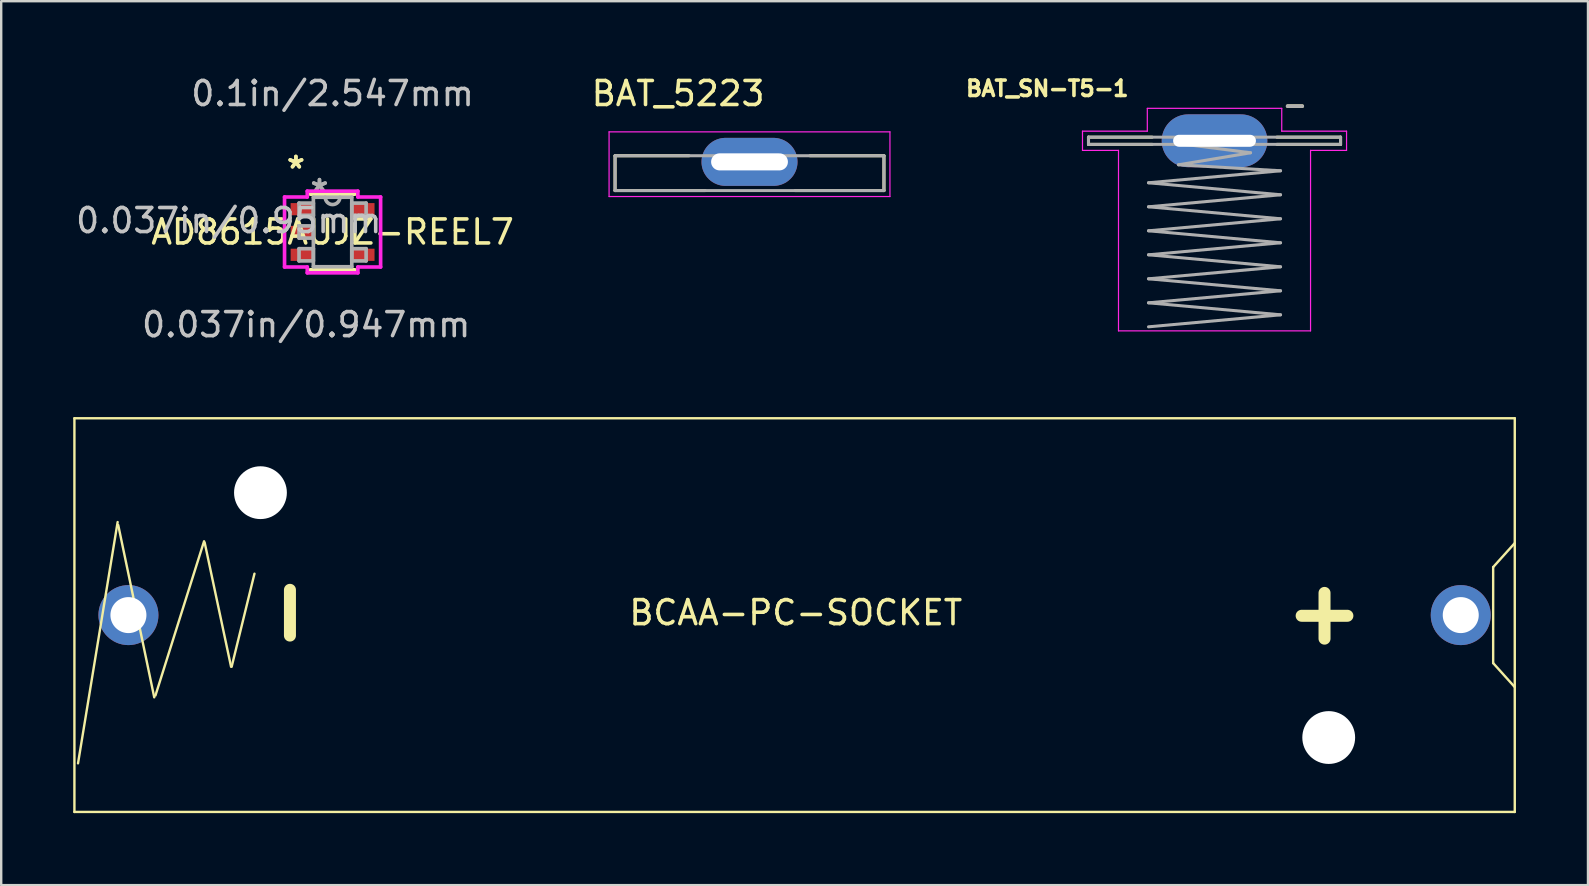
<source format=kicad_pcb>
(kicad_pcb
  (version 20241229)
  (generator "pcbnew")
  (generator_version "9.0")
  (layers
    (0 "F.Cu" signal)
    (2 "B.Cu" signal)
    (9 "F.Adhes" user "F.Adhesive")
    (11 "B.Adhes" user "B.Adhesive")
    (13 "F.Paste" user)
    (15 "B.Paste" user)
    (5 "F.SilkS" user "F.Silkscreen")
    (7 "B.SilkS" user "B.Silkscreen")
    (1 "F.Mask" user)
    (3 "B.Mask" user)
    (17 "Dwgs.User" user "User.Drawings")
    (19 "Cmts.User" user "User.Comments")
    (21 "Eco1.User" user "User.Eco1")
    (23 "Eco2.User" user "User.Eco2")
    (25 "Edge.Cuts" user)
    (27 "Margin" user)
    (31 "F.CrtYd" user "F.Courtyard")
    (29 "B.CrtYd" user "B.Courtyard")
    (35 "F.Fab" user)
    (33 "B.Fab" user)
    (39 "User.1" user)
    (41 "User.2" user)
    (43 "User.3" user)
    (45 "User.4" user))
  (footprint "BAT_5223"
    (layer "F.Cu")
    (at 28.172 3.438)
    (property "Reference" "BAT_5223" (at -2.975 -2.59 0) (layer "F.SilkS") (effects (font (size 1 1) (thickness 0.15))))
    (attr through_hole)
    (fp_line (start -5.6 0) (end -2.52 0) (stroke (width 0.127) (type solid)) (layer "F.SilkS"))
    (fp_line (start -5.6 1.45) (end -5.6 0) (stroke (width 0.127) (type solid)) (layer "F.SilkS"))
    (fp_line (start -1.85 1.45) (end -5.6 1.45) (stroke (width 0.127) (type solid)) (layer "F.SilkS"))
    (fp_line (start 2.52 0) (end 5.6 0) (stroke (width 0.127) (type solid)) (layer "F.SilkS"))
    (fp_line (start 5.6 0) (end 5.6 1.45) (stroke (width 0.127) (type solid)) (layer "F.SilkS"))
    (fp_line (start 5.6 1.45) (end 1.9 1.45) (stroke (width 0.127) (type solid)) (layer "F.SilkS"))
    (fp_line (start -5.85 -0.995) (end -5.85 1.7) (stroke (width 0.05) (type solid)) (layer "F.CrtYd"))
    (fp_line (start -5.85 1.7) (end 5.85 1.7) (stroke (width 0.05) (type solid)) (layer "F.CrtYd"))
    (fp_line (start 5.85 -0.995) (end -5.85 -0.995) (stroke (width 0.05) (type solid)) (layer "F.CrtYd"))
    (fp_line (start 5.85 1.7) (end 5.85 -0.995) (stroke (width 0.05) (type solid)) (layer "F.CrtYd"))
    (fp_line (start -5.6 0) (end 5.6 0) (stroke (width 0.127) (type solid)) (layer "F.Fab"))
    (fp_line (start -5.6 1.45) (end -5.6 0) (stroke (width 0.127) (type solid)) (layer "F.Fab"))
    (fp_line (start 5.6 0) (end 5.6 1.45) (stroke (width 0.127) (type solid)) (layer "F.Fab"))
    (fp_line (start 5.6 1.45) (end -5.6 1.45) (stroke (width 0.127) (type solid)) (layer "F.Fab"))
    (pad "P" thru_hole oval (at 0 0.255) (size 4 2) (drill oval 3.2 0.71) (layers "*.Cu" "*.Mask")))
  (footprint "BCAA-PC-SOCKET"
    (layer "F.Cu")
    (at 30.05 22.573)
    (property "Reference" "BCAA-PC-SOCKET" (at 0.05 -0.1 0) (layer "F.SilkS") (effects (font (size 1 1) (thickness 0.15))))
    (attr through_hole)
    (fp_line (start -30 -8.2) (end -30 8.2) (stroke (width 0.1) (type solid)) (layer "F.SilkS"))
    (fp_line (start -30 -8.2) (end 30 -8.2) (stroke (width 0.1) (type solid)) (layer "F.SilkS"))
    (fp_line (start -30 8.2) (end 30 8.2) (stroke (width 0.1) (type solid)) (layer "F.SilkS"))
    (fp_line (start -29.85 6.175) (end -28.2 -3.875) (stroke (width 0.1) (type solid)) (layer "F.SilkS"))
    (fp_line (start -28.175 -3.75) (end -26.675 3.425) (stroke (width 0.1) (type solid)) (layer "F.SilkS"))
    (fp_line (start -26.625 3.35) (end -24.6 -3.075) (stroke (width 0.1) (type solid)) (layer "F.SilkS"))
    (fp_line (start -24.575 -3.025) (end -23.475 2.15) (stroke (width 0.1) (type solid)) (layer "F.SilkS"))
    (fp_line (start -23.45 2.15) (end -22.5 -1.725) (stroke (width 0.1) (type solid)) (layer "F.SilkS"))
    (fp_line (start 29.1 -2) (end 29.1 2) (stroke (width 0.1) (type solid)) (layer "F.SilkS"))
    (fp_line (start 29.1 2) (end 30 3) (stroke (width 0.1) (type solid)) (layer "F.SilkS"))
    (fp_line (start 30 -8.2) (end 30 8.2) (stroke (width 0.1) (type solid)) (layer "F.SilkS"))
    (fp_line (start 30 -3) (end 29.1 -2) (stroke (width 0.1) (type solid)) (layer "F.SilkS"))
    (fp_text user "-" (at -21.2 -0.1 90) (layer "F.SilkS") (effects (font (size 2.5 2.5) (thickness 0.5))))
    (fp_text user "+" (at 22.075 -0.15 0) (layer "F.SilkS") (effects (font (size 2.5 2.5) (thickness 0.5))))
    (pad "" np_thru_hole circle (at -22.25 -5.1) (size 2.2 2.2) (drill 2.2) (layers "*.Cu" "*.Mask"))
    (pad "" np_thru_hole circle (at 22.25 5.1) (size 2.2 2.2) (drill 2.2) (layers "*.Cu" "*.Mask"))
    (pad "1" thru_hole circle (at -27.75 0) (size 2.5 2.5) (drill 1.5) (layers "*.Cu" "*.Mask"))
    (pad "2" thru_hole circle (at 27.75 0) (size 2.5 2.5) (drill 1.5) (layers "*.Cu" "*.Mask")))
  (footprint "BAT_SN-T5-1"
    (layer "F.Cu")
    (at 47.543 2.814)
    (property "Reference" "BAT_SN-T5-1" (at -6.968 -2.176 0) (layer "F.SilkS") (effects (font (size 0.64 0.64) (thickness 0.15))))
    (attr through_hole)
    (fp_line (start -5.25 -0.15) (end -2.6 -0.15) (stroke (width 0.127) (type solid)) (layer "F.SilkS"))
    (fp_line (start -5.25 0.15) (end -5.25 -0.15) (stroke (width 0.127) (type solid)) (layer "F.SilkS"))
    (fp_line (start -2.6 0.15) (end -5.25 0.15) (stroke (width 0.127) (type solid)) (layer "F.SilkS"))
    (fp_line (start 2.6 0.15) (end 5.25 0.15) (stroke (width 0.127) (type solid)) (layer "F.SilkS"))
    (fp_line (start 5.25 -0.15) (end 2.6 -0.15) (stroke (width 0.127) (type solid)) (layer "F.SilkS"))
    (fp_line (start 5.25 0.15) (end 5.25 -0.15) (stroke (width 0.127) (type solid)) (layer "F.SilkS"))
    (fp_line (start -5.5 -0.4) (end -2.8 -0.4) (stroke (width 0.05) (type solid)) (layer "F.CrtYd"))
    (fp_line (start -5.5 0.4) (end -5.5 -0.4) (stroke (width 0.05) (type solid)) (layer "F.CrtYd"))
    (fp_line (start -4 0.4) (end -5.5 0.4) (stroke (width 0.05) (type solid)) (layer "F.CrtYd"))
    (fp_line (start -4 7.92) (end -4 0.4) (stroke (width 0.05) (type solid)) (layer "F.CrtYd"))
    (fp_line (start -2.8 -1.35) (end 2.8 -1.35) (stroke (width 0.05) (type solid)) (layer "F.CrtYd"))
    (fp_line (start -2.8 -0.4) (end -2.8 -1.35) (stroke (width 0.05) (type solid)) (layer "F.CrtYd"))
    (fp_line (start 2.8 -1.35) (end 2.8 -0.4) (stroke (width 0.05) (type solid)) (layer "F.CrtYd"))
    (fp_line (start 2.8 -0.4) (end 5.5 -0.4) (stroke (width 0.05) (type solid)) (layer "F.CrtYd"))
    (fp_line (start 4 0.4) (end 4 7.92) (stroke (width 0.05) (type solid)) (layer "F.CrtYd"))
    (fp_line (start 4 7.92) (end -4 7.92) (stroke (width 0.05) (type solid)) (layer "F.CrtYd"))
    (fp_line (start 5.5 -0.4) (end 5.5 0.4) (stroke (width 0.05) (type solid)) (layer "F.CrtYd"))
    (fp_line (start 5.5 0.4) (end 4 0.4) (stroke (width 0.05) (type solid)) (layer "F.CrtYd"))
    (fp_line (start -5.25 -0.15) (end -5.25 0.15) (stroke (width 0.127) (type solid)) (layer "F.Fab"))
    (fp_line (start -5.25 0.15) (end -1.25 0.15) (stroke (width 0.127) (type solid)) (layer "F.Fab"))
    (fp_line (start -2.75 1.75) (end 2.75 2.25) (stroke (width 0.127) (type solid)) (layer "F.Fab"))
    (fp_line (start -2.75 2.75) (end 2.75 3.25) (stroke (width 0.127) (type solid)) (layer "F.Fab"))
    (fp_line (start -2.75 3.75) (end 2.75 4.25) (stroke (width 0.127) (type solid)) (layer "F.Fab"))
    (fp_line (start -2.75 4.75) (end 2.75 5.25) (stroke (width 0.127) (type solid)) (layer "F.Fab"))
    (fp_line (start -2.75 5.75) (end 2.75 6.25) (stroke (width 0.127) (type solid)) (layer "F.Fab"))
    (fp_line (start -2.75 6.75) (end 2.75 7.25) (stroke (width 0.127) (type solid)) (layer "F.Fab"))
    (fp_line (start -1.5 1) (end 2.75 1.25) (stroke (width 0.127) (type solid)) (layer "F.Fab"))
    (fp_line (start -1.25 0.15) (end 5.25 0.15) (stroke (width 0.127) (type solid)) (layer "F.Fab"))
    (fp_line (start 1.5 0.5) (end -1.5 1) (stroke (width 0.127) (type solid)) (layer "F.Fab"))
    (fp_line (start 1.5 0.5) (end -1.25 0.15) (stroke (width 0.127) (type solid)) (layer "F.Fab"))
    (fp_line (start 2.75 1.25) (end -2.75 1.75) (stroke (width 0.127) (type solid)) (layer "F.Fab"))
    (fp_line (start 2.75 2.25) (end -2.75 2.75) (stroke (width 0.127) (type solid)) (layer "F.Fab"))
    (fp_line (start 2.75 3.25) (end -2.75 3.75) (stroke (width 0.127) (type solid)) (layer "F.Fab"))
    (fp_line (start 2.75 4.25) (end -2.75 4.75) (stroke (width 0.127) (type solid)) (layer "F.Fab"))
    (fp_line (start 2.75 5.25) (end -2.75 5.75) (stroke (width 0.127) (type solid)) (layer "F.Fab"))
    (fp_line (start 2.75 6.25) (end -2.75 6.75) (stroke (width 0.127) (type solid)) (layer "F.Fab"))
    (fp_line (start 2.75 7.25) (end -2.75 7.75) (stroke (width 0.127) (type solid)) (layer "F.Fab"))
    (fp_line (start 5.25 -0.15) (end -5.25 -0.15) (stroke (width 0.127) (type solid)) (layer "F.Fab"))
    (fp_line (start 5.25 0.15) (end 5.25 -0.15) (stroke (width 0.127) (type solid)) (layer "F.Fab"))
    (fp_text user "-" (at 3.35 -1.5 0) (layer "F.SilkS") (effects (font (size 0.8 0.8) (thickness 0.15))))
    (fp_text user "-" (at 3.35 -1.5 0) (layer "F.Fab") (effects (font (size 0.8 0.8) (thickness 0.15))))
    (pad "-" thru_hole oval (at 0 0) (size 4.4 2.2) (drill oval 3.45 0.5) (layers "*.Cu" "*.Mask")))
  (footprint "AD8615AUJZ-REEL7"
    (layer "F.Cu")
    (at 10.804 6.614)
    (property "Reference" "AD8615AUJZ-REEL7" (at 0 0 0) (layer "F.SilkS") (effects (font (size 1 1) (thickness 0.15))))
    (attr through_hole)
    (fp_line (start -0.927 1.575) (end 0.927 1.575) (stroke (width 0.152) (type solid)) (layer "F.SilkS"))
    (fp_line (start 0.927 -1.575) (end -0.927 -1.575) (stroke (width 0.152) (type solid)) (layer "F.SilkS"))
    (fp_line (start 0.927 0.363) (end 0.927 -0.363) (stroke (width 0.152) (type solid)) (layer "F.SilkS"))
    (fp_line (start -2.001 -1.458) (end -1.054 -1.458) (stroke (width 0.152) (type solid)) (layer "F.CrtYd"))
    (fp_line (start -2.001 1.458) (end -2.001 -1.458) (stroke (width 0.152) (type solid)) (layer "F.CrtYd"))
    (fp_line (start -1.054 -1.702) (end 1.054 -1.702) (stroke (width 0.152) (type solid)) (layer "F.CrtYd"))
    (fp_line (start -1.054 -1.458) (end -1.054 -1.702) (stroke (width 0.152) (type solid)) (layer "F.CrtYd"))
    (fp_line (start -1.054 1.458) (end -2.001 1.458) (stroke (width 0.152) (type solid)) (layer "F.CrtYd"))
    (fp_line (start -1.054 1.702) (end -1.054 1.458) (stroke (width 0.152) (type solid)) (layer "F.CrtYd"))
    (fp_line (start 1.054 -1.702) (end 1.054 -1.458) (stroke (width 0.152) (type solid)) (layer "F.CrtYd"))
    (fp_line (start 1.054 -1.458) (end 2.001 -1.458) (stroke (width 0.152) (type solid)) (layer "F.CrtYd"))
    (fp_line (start 1.054 1.458) (end 1.054 1.702) (stroke (width 0.152) (type solid)) (layer "F.CrtYd"))
    (fp_line (start 1.054 1.702) (end -1.054 1.702) (stroke (width 0.152) (type solid)) (layer "F.CrtYd"))
    (fp_line (start 2.001 -1.458) (end 2.001 1.458) (stroke (width 0.152) (type solid)) (layer "F.CrtYd"))
    (fp_line (start 2.001 1.458) (end 1.054 1.458) (stroke (width 0.152) (type solid)) (layer "F.CrtYd"))
    (fp_line (start -1.397 -1.204) (end -1.397 -0.696) (stroke (width 0.152) (type solid)) (layer "F.Fab"))
    (fp_line (start -1.397 -0.696) (end -0.8 -0.696) (stroke (width 0.152) (type solid)) (layer "F.Fab"))
    (fp_line (start -1.397 -0.254) (end -1.397 0.254) (stroke (width 0.152) (type solid)) (layer "F.Fab"))
    (fp_line (start -1.397 0.254) (end -0.8 0.254) (stroke (width 0.152) (type solid)) (layer "F.Fab"))
    (fp_line (start -1.397 0.696) (end -1.397 1.204) (stroke (width 0.152) (type solid)) (layer "F.Fab"))
    (fp_line (start -1.397 1.204) (end -0.8 1.204) (stroke (width 0.152) (type solid)) (layer "F.Fab"))
    (fp_line (start -0.8 -1.448) (end -0.8 1.448) (stroke (width 0.152) (type solid)) (layer "F.Fab"))
    (fp_line (start -0.8 -1.204) (end -1.397 -1.204) (stroke (width 0.152) (type solid)) (layer "F.Fab"))
    (fp_line (start -0.8 -0.696) (end -0.8 -1.204) (stroke (width 0.152) (type solid)) (layer "F.Fab"))
    (fp_line (start -0.8 -0.254) (end -1.397 -0.254) (stroke (width 0.152) (type solid)) (layer "F.Fab"))
    (fp_line (start -0.8 0.254) (end -0.8 -0.254) (stroke (width 0.152) (type solid)) (layer "F.Fab"))
    (fp_line (start -0.8 0.696) (end -1.397 0.696) (stroke (width 0.152) (type solid)) (layer "F.Fab"))
    (fp_line (start -0.8 1.204) (end -0.8 0.696) (stroke (width 0.152) (type solid)) (layer "F.Fab"))
    (fp_line (start -0.8 1.448) (end 0.8 1.448) (stroke (width 0.152) (type solid)) (layer "F.Fab"))
    (fp_line (start 0.8 -1.448) (end -0.8 -1.448) (stroke (width 0.152) (type solid)) (layer "F.Fab"))
    (fp_line (start 0.8 -1.204) (end 0.8 -0.696) (stroke (width 0.152) (type solid)) (layer "F.Fab"))
    (fp_line (start 0.8 -0.696) (end 1.397 -0.696) (stroke (width 0.152) (type solid)) (layer "F.Fab"))
    (fp_line (start 0.8 0.696) (end 0.8 1.204) (stroke (width 0.152) (type solid)) (layer "F.Fab"))
    (fp_line (start 0.8 1.204) (end 1.397 1.204) (stroke (width 0.152) (type solid)) (layer "F.Fab"))
    (fp_line (start 0.8 1.448) (end 0.8 -1.448) (stroke (width 0.152) (type solid)) (layer "F.Fab"))
    (fp_line (start 1.397 -1.204) (end 0.8 -1.204) (stroke (width 0.152) (type solid)) (layer "F.Fab"))
    (fp_line (start 1.397 -0.696) (end 1.397 -1.204) (stroke (width 0.152) (type solid)) (layer "F.Fab"))
    (fp_line (start 1.397 0.696) (end 0.8 0.696) (stroke (width 0.152) (type solid)) (layer "F.Fab"))
    (fp_line (start 1.397 1.204) (end 1.397 0.696) (stroke (width 0.152) (type solid)) (layer "F.Fab"))
    (fp_arc (start 0.3048 -1.4478) (mid 0 -1.143) (end -0.3048 -1.4478) (stroke (width 0.1524) (type solid)) (layer "F.Fab"))
    (fp_text user "*" (at -1.528 -2.601 0) (layer "F.SilkS") (effects (font (size 1 1) (thickness 0.15))))
    (fp_text user "*" (at -1.528 -2.601 0) (layer "F.SilkS") (effects (font (size 1 1) (thickness 0.15))))
    (fp_text user "0.037in/0.95mm" (at -4.322 -0.475 0) (layer "Dwgs.User") (effects (font (size 1 1) (thickness 0.15))))
    (fp_text user "0.1in/2.547mm" (at 0 -5.766 0) (layer "Dwgs.User") (effects (font (size 1 1) (thickness 0.15))))
    (fp_text user "0.037in/0.947mm" (at -1.099 3.861 0) (layer "Dwgs.User") (effects (font (size 1 1) (thickness 0.15))))
    (fp_text user "Copyright 2016 Accelerated Designs. All rights reserved." (at 0 0 0) (layer "Cmts.User") (effects (font (size 0.127 0.127) (thickness 0.002))))
    (fp_text user "*" (at -0.546 -1.636 0) (layer "F.Fab") (effects (font (size 1 1) (thickness 0.15))))
    (fp_text user "*" (at -0.546 -1.636 0) (layer "F.Fab") (effects (font (size 1 1) (thickness 0.15))))
    (pad "1" smd rect (at -1.274 -0.95) (size 0.947 0.508) (layers "F.Cu" "F.Mask" "F.Paste"))
    (pad "2" smd rect (at -1.274 0) (size 0.947 0.508) (layers "F.Cu" "F.Mask" "F.Paste"))
    (pad "3" smd rect (at -1.274 0.95) (size 0.947 0.508) (layers "F.Cu" "F.Mask" "F.Paste"))
    (pad "4" smd rect (at 1.274 0.95) (size 0.947 0.508) (layers "F.Cu" "F.Mask" "F.Paste"))
    (pad "5" smd rect (at 1.274 -0.95) (size 0.947 0.508) (layers "F.Cu" "F.Mask" "F.Paste")))
  (gr_rect
    (start -3 -3)
    (end 63.1 33.823)
    (stroke (width 0.1) (type default))
    (fill no)
    (layer "Edge.Cuts")))
</source>
